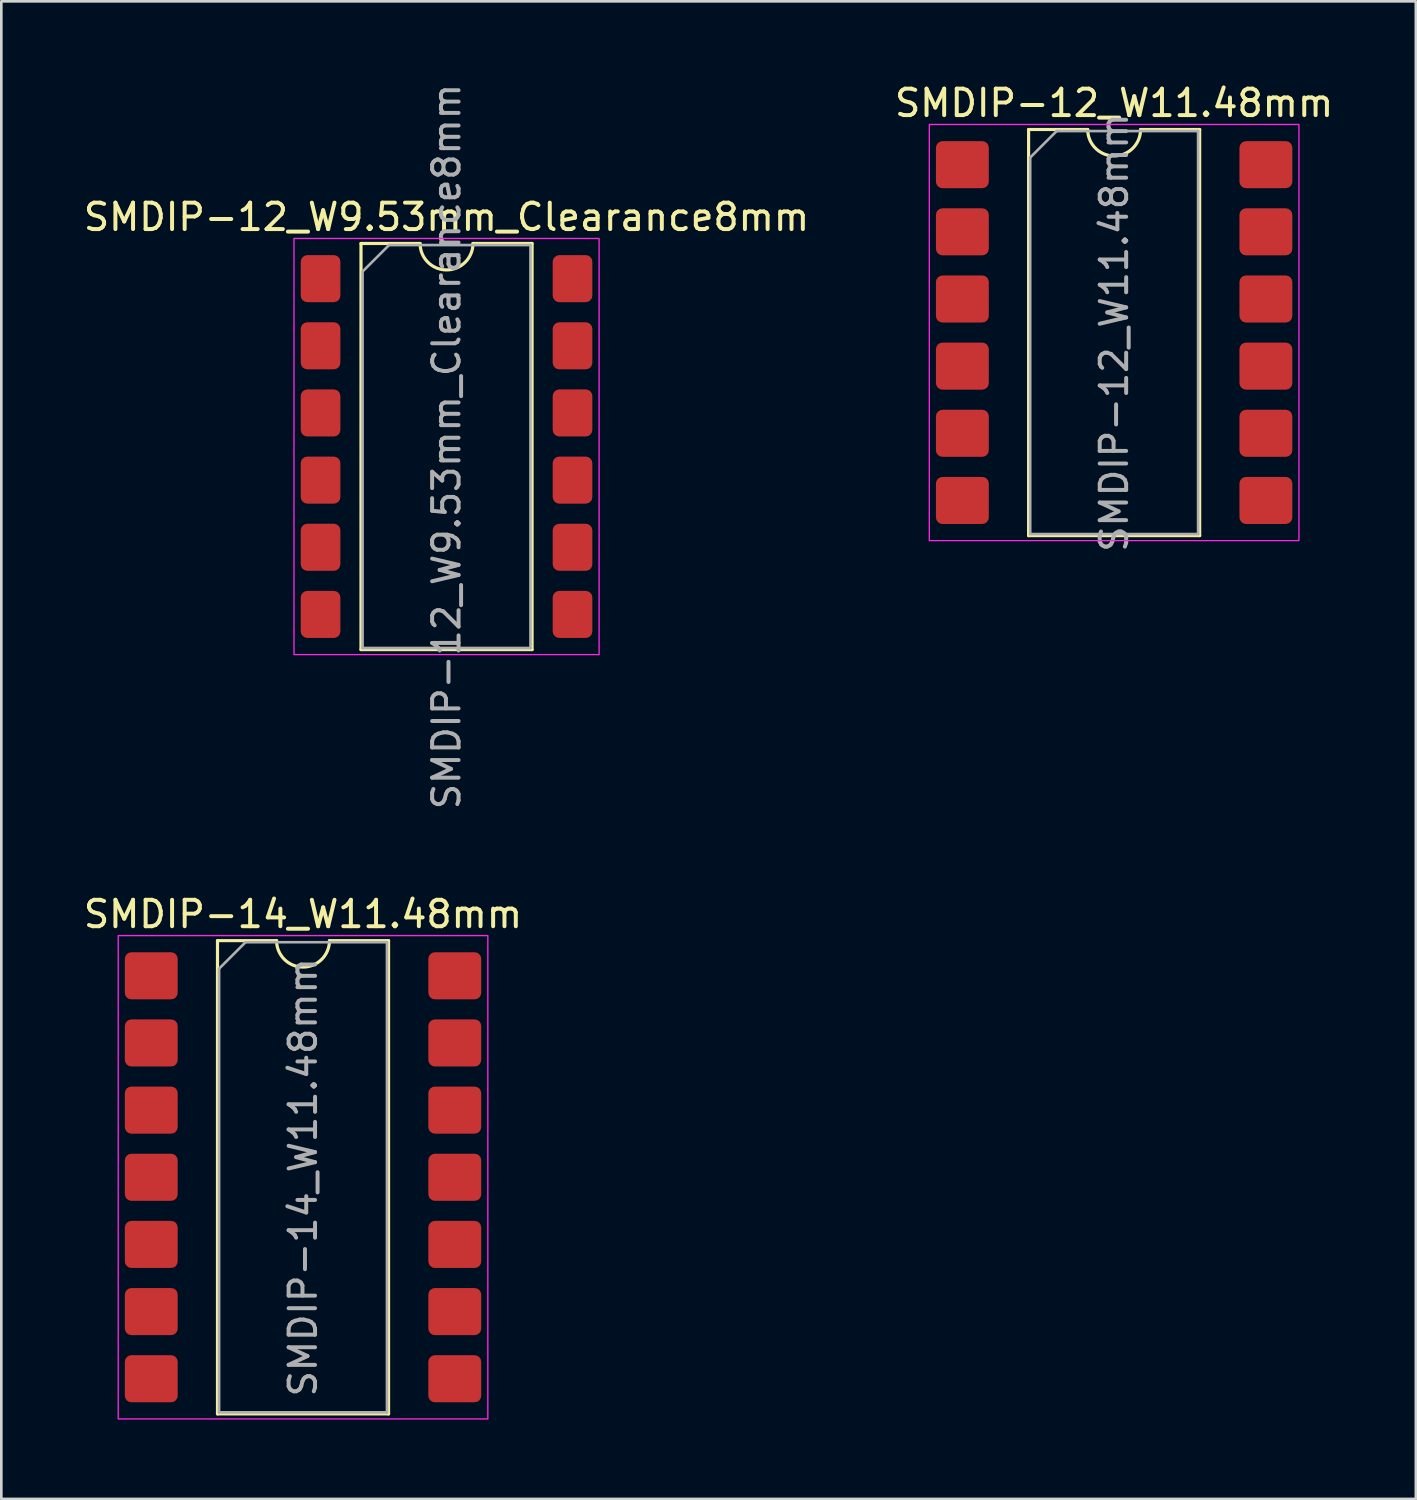
<source format=kicad_pcb>
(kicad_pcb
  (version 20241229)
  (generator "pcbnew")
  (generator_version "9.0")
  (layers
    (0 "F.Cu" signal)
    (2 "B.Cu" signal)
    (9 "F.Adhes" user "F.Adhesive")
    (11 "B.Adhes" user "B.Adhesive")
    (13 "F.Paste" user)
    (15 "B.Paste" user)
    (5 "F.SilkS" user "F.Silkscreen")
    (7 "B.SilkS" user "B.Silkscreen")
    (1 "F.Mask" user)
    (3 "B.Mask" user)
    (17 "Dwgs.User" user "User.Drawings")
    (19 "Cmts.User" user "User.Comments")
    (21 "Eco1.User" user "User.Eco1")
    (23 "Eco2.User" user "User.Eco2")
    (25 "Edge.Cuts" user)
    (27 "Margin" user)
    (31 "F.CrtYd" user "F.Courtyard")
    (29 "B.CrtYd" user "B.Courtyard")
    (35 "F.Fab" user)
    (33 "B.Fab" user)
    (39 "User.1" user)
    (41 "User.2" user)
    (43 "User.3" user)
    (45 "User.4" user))
  (footprint "SMDIP-12_W11.48mm"
    (layer "F.Cu")
    (at 39.089 9.528)
    (property "Reference" "SMDIP-12_W11.48mm" (at 0 -8.68 0) (layer "F.SilkS") (effects (font (size 1 1) (thickness 0.15))))
    (attr smd)
    (fp_line (start -3.235 -7.68) (end -3.235 7.68) (stroke (width 0.12) (type solid)) (layer "F.SilkS"))
    (fp_line (start -3.235 7.68) (end 3.235 7.68) (stroke (width 0.12) (type solid)) (layer "F.SilkS"))
    (fp_line (start -1 -7.68) (end -3.235 -7.68) (stroke (width 0.12) (type solid)) (layer "F.SilkS"))
    (fp_line (start 3.235 -7.68) (end 1 -7.68) (stroke (width 0.12) (type solid)) (layer "F.SilkS"))
    (fp_line (start 3.235 7.68) (end 3.235 -7.68) (stroke (width 0.12) (type solid)) (layer "F.SilkS"))
    (fp_arc (start 1 -7.68) (mid 0 -6.68) (end -1 -7.68) (stroke (width 0.12) (type solid)) (layer "F.SilkS"))
    (fp_rect (start -6.99 -7.87) (end 6.99 7.87) (stroke (width 0.05) (type solid)) (fill no) (layer "F.CrtYd"))
    (fp_line (start -3.175 -6.62) (end -2.175 -7.62) (stroke (width 0.1) (type solid)) (layer "F.Fab"))
    (fp_line (start -3.175 7.62) (end -3.175 -6.62) (stroke (width 0.1) (type solid)) (layer "F.Fab"))
    (fp_line (start -2.175 -7.62) (end 3.175 -7.62) (stroke (width 0.1) (type solid)) (layer "F.Fab"))
    (fp_line (start 3.175 -7.62) (end 3.175 7.62) (stroke (width 0.1) (type solid)) (layer "F.Fab"))
    (fp_line (start 3.175 7.62) (end -3.175 7.62) (stroke (width 0.1) (type solid)) (layer "F.Fab"))
    (fp_text user "${REFERENCE}" (at 0 0 90) (layer "F.Fab") (effects (font (size 1 1) (thickness 0.15))))
    (pad "1" smd roundrect (at -5.74 -6.35) (size 2 1.78) (layers "F.Cu" "F.Mask" "F.Paste") (roundrect_rratio 0.14))
    (pad "2" smd roundrect (at -5.74 -3.81) (size 2 1.78) (layers "F.Cu" "F.Mask" "F.Paste") (roundrect_rratio 0.14))
    (pad "3" smd roundrect (at -5.74 -1.27) (size 2 1.78) (layers "F.Cu" "F.Mask" "F.Paste") (roundrect_rratio 0.14))
    (pad "4" smd roundrect (at -5.74 1.27) (size 2 1.78) (layers "F.Cu" "F.Mask" "F.Paste") (roundrect_rratio 0.14))
    (pad "5" smd roundrect (at -5.74 3.81) (size 2 1.78) (layers "F.Cu" "F.Mask" "F.Paste") (roundrect_rratio 0.14))
    (pad "6" smd roundrect (at -5.74 6.35) (size 2 1.78) (layers "F.Cu" "F.Mask" "F.Paste") (roundrect_rratio 0.14))
    (pad "7" smd roundrect (at 5.74 6.35) (size 2 1.78) (layers "F.Cu" "F.Mask" "F.Paste") (roundrect_rratio 0.14))
    (pad "8" smd roundrect (at 5.74 3.81) (size 2 1.78) (layers "F.Cu" "F.Mask" "F.Paste") (roundrect_rratio 0.14))
    (pad "9" smd roundrect (at 5.74 1.27) (size 2 1.78) (layers "F.Cu" "F.Mask" "F.Paste") (roundrect_rratio 0.14))
    (pad "10" smd roundrect (at 5.74 -1.27) (size 2 1.78) (layers "F.Cu" "F.Mask" "F.Paste") (roundrect_rratio 0.14))
    (pad "11" smd roundrect (at 5.74 -3.81) (size 2 1.78) (layers "F.Cu" "F.Mask" "F.Paste") (roundrect_rratio 0.14))
    (pad "12" smd roundrect (at 5.74 -6.35) (size 2 1.78) (layers "F.Cu" "F.Mask" "F.Paste") (roundrect_rratio 0.14)))
  (footprint "SMDIP-12_W9.53mm_Clearance8mm"
    (layer "F.Cu")
    (at 13.839 13.839)
    (property "Reference" "SMDIP-12_W9.53mm_Clearance8mm" (at 0 -8.68 0) (layer "F.SilkS") (effects (font (size 1 1) (thickness 0.15))))
    (attr smd)
    (fp_line (start -3.235 -7.68) (end -3.235 7.68) (stroke (width 0.12) (type solid)) (layer "F.SilkS"))
    (fp_line (start -3.235 7.68) (end 3.235 7.68) (stroke (width 0.12) (type solid)) (layer "F.SilkS"))
    (fp_line (start -1 -7.68) (end -3.235 -7.68) (stroke (width 0.12) (type solid)) (layer "F.SilkS"))
    (fp_line (start 3.235 -7.68) (end 1 -7.68) (stroke (width 0.12) (type solid)) (layer "F.SilkS"))
    (fp_line (start 3.235 7.68) (end 3.235 -7.68) (stroke (width 0.12) (type solid)) (layer "F.SilkS"))
    (fp_arc (start 1 -7.68) (mid 0 -6.68) (end -1 -7.68) (stroke (width 0.12) (type solid)) (layer "F.SilkS"))
    (fp_rect (start -5.77 -7.87) (end 5.77 7.87) (stroke (width 0.05) (type solid)) (fill no) (layer "F.CrtYd"))
    (fp_line (start -3.175 -6.62) (end -2.175 -7.62) (stroke (width 0.1) (type solid)) (layer "F.Fab"))
    (fp_line (start -3.175 7.62) (end -3.175 -6.62) (stroke (width 0.1) (type solid)) (layer "F.Fab"))
    (fp_line (start -2.175 -7.62) (end 3.175 -7.62) (stroke (width 0.1) (type solid)) (layer "F.Fab"))
    (fp_line (start 3.175 -7.62) (end 3.175 7.62) (stroke (width 0.1) (type solid)) (layer "F.Fab"))
    (fp_line (start 3.175 7.62) (end -3.175 7.62) (stroke (width 0.1) (type solid)) (layer "F.Fab"))
    (fp_text user "${REFERENCE}" (at 0 0 90) (layer "F.Fab") (effects (font (size 1 1) (thickness 0.15))))
    (pad "1" smd roundrect (at -4.765 -6.35) (size 1.5 1.78) (layers "F.Cu" "F.Mask" "F.Paste") (roundrect_rratio 0.167))
    (pad "2" smd roundrect (at -4.765 -3.81) (size 1.5 1.78) (layers "F.Cu" "F.Mask" "F.Paste") (roundrect_rratio 0.167))
    (pad "3" smd roundrect (at -4.765 -1.27) (size 1.5 1.78) (layers "F.Cu" "F.Mask" "F.Paste") (roundrect_rratio 0.167))
    (pad "4" smd roundrect (at -4.765 1.27) (size 1.5 1.78) (layers "F.Cu" "F.Mask" "F.Paste") (roundrect_rratio 0.167))
    (pad "5" smd roundrect (at -4.765 3.81) (size 1.5 1.78) (layers "F.Cu" "F.Mask" "F.Paste") (roundrect_rratio 0.167))
    (pad "6" smd roundrect (at -4.765 6.35) (size 1.5 1.78) (layers "F.Cu" "F.Mask" "F.Paste") (roundrect_rratio 0.167))
    (pad "7" smd roundrect (at 4.765 6.35) (size 1.5 1.78) (layers "F.Cu" "F.Mask" "F.Paste") (roundrect_rratio 0.167))
    (pad "8" smd roundrect (at 4.765 3.81) (size 1.5 1.78) (layers "F.Cu" "F.Mask" "F.Paste") (roundrect_rratio 0.167))
    (pad "9" smd roundrect (at 4.765 1.27) (size 1.5 1.78) (layers "F.Cu" "F.Mask" "F.Paste") (roundrect_rratio 0.167))
    (pad "10" smd roundrect (at 4.765 -1.27) (size 1.5 1.78) (layers "F.Cu" "F.Mask" "F.Paste") (roundrect_rratio 0.167))
    (pad "11" smd roundrect (at 4.765 -3.81) (size 1.5 1.78) (layers "F.Cu" "F.Mask" "F.Paste") (roundrect_rratio 0.167))
    (pad "12" smd roundrect (at 4.765 -6.35) (size 1.5 1.78) (layers "F.Cu" "F.Mask" "F.Paste") (roundrect_rratio 0.167)))
  (footprint "SMDIP-14_W11.48mm"
    (layer "F.Cu")
    (at 8.411 41.477)
    (property "Reference" "SMDIP-14_W11.48mm" (at 0 -9.95 0) (layer "F.SilkS") (effects (font (size 1 1) (thickness 0.15))))
    (attr smd)
    (fp_line (start -3.235 -8.95) (end -3.235 8.95) (stroke (width 0.12) (type solid)) (layer "F.SilkS"))
    (fp_line (start -3.235 8.95) (end 3.235 8.95) (stroke (width 0.12) (type solid)) (layer "F.SilkS"))
    (fp_line (start -1 -8.95) (end -3.235 -8.95) (stroke (width 0.12) (type solid)) (layer "F.SilkS"))
    (fp_line (start 3.235 -8.95) (end 1 -8.95) (stroke (width 0.12) (type solid)) (layer "F.SilkS"))
    (fp_line (start 3.235 8.95) (end 3.235 -8.95) (stroke (width 0.12) (type solid)) (layer "F.SilkS"))
    (fp_arc (start 1 -8.95) (mid 0 -7.95) (end -1 -8.95) (stroke (width 0.12) (type solid)) (layer "F.SilkS"))
    (fp_rect (start -6.99 -9.14) (end 6.99 9.14) (stroke (width 0.05) (type solid)) (fill no) (layer "F.CrtYd"))
    (fp_line (start -3.175 -7.89) (end -2.175 -8.89) (stroke (width 0.1) (type solid)) (layer "F.Fab"))
    (fp_line (start -3.175 8.89) (end -3.175 -7.89) (stroke (width 0.1) (type solid)) (layer "F.Fab"))
    (fp_line (start -2.175 -8.89) (end 3.175 -8.89) (stroke (width 0.1) (type solid)) (layer "F.Fab"))
    (fp_line (start 3.175 -8.89) (end 3.175 8.89) (stroke (width 0.1) (type solid)) (layer "F.Fab"))
    (fp_line (start 3.175 8.89) (end -3.175 8.89) (stroke (width 0.1) (type solid)) (layer "F.Fab"))
    (fp_text user "${REFERENCE}" (at 0 0 90) (layer "F.Fab") (effects (font (size 1 1) (thickness 0.15))))
    (pad "1" smd roundrect (at -5.74 -7.62) (size 2 1.78) (layers "F.Cu" "F.Mask" "F.Paste") (roundrect_rratio 0.14))
    (pad "2" smd roundrect (at -5.74 -5.08) (size 2 1.78) (layers "F.Cu" "F.Mask" "F.Paste") (roundrect_rratio 0.14))
    (pad "3" smd roundrect (at -5.74 -2.54) (size 2 1.78) (layers "F.Cu" "F.Mask" "F.Paste") (roundrect_rratio 0.14))
    (pad "4" smd roundrect (at -5.74 0) (size 2 1.78) (layers "F.Cu" "F.Mask" "F.Paste") (roundrect_rratio 0.14))
    (pad "5" smd roundrect (at -5.74 2.54) (size 2 1.78) (layers "F.Cu" "F.Mask" "F.Paste") (roundrect_rratio 0.14))
    (pad "6" smd roundrect (at -5.74 5.08) (size 2 1.78) (layers "F.Cu" "F.Mask" "F.Paste") (roundrect_rratio 0.14))
    (pad "7" smd roundrect (at -5.74 7.62) (size 2 1.78) (layers "F.Cu" "F.Mask" "F.Paste") (roundrect_rratio 0.14))
    (pad "8" smd roundrect (at 5.74 7.62) (size 2 1.78) (layers "F.Cu" "F.Mask" "F.Paste") (roundrect_rratio 0.14))
    (pad "9" smd roundrect (at 5.74 5.08) (size 2 1.78) (layers "F.Cu" "F.Mask" "F.Paste") (roundrect_rratio 0.14))
    (pad "10" smd roundrect (at 5.74 2.54) (size 2 1.78) (layers "F.Cu" "F.Mask" "F.Paste") (roundrect_rratio 0.14))
    (pad "11" smd roundrect (at 5.74 0) (size 2 1.78) (layers "F.Cu" "F.Mask" "F.Paste") (roundrect_rratio 0.14))
    (pad "12" smd roundrect (at 5.74 -2.54) (size 2 1.78) (layers "F.Cu" "F.Mask" "F.Paste") (roundrect_rratio 0.14))
    (pad "13" smd roundrect (at 5.74 -5.08) (size 2 1.78) (layers "F.Cu" "F.Mask" "F.Paste") (roundrect_rratio 0.14))
    (pad "14" smd roundrect (at 5.74 -7.62) (size 2 1.78) (layers "F.Cu" "F.Mask" "F.Paste") (roundrect_rratio 0.14)))
  (gr_rect
    (start -3 -3)
    (end 50.5 53.642)
    (stroke (width 0.1) (type default))
    (fill no)
    (layer "Edge.Cuts")))
</source>
